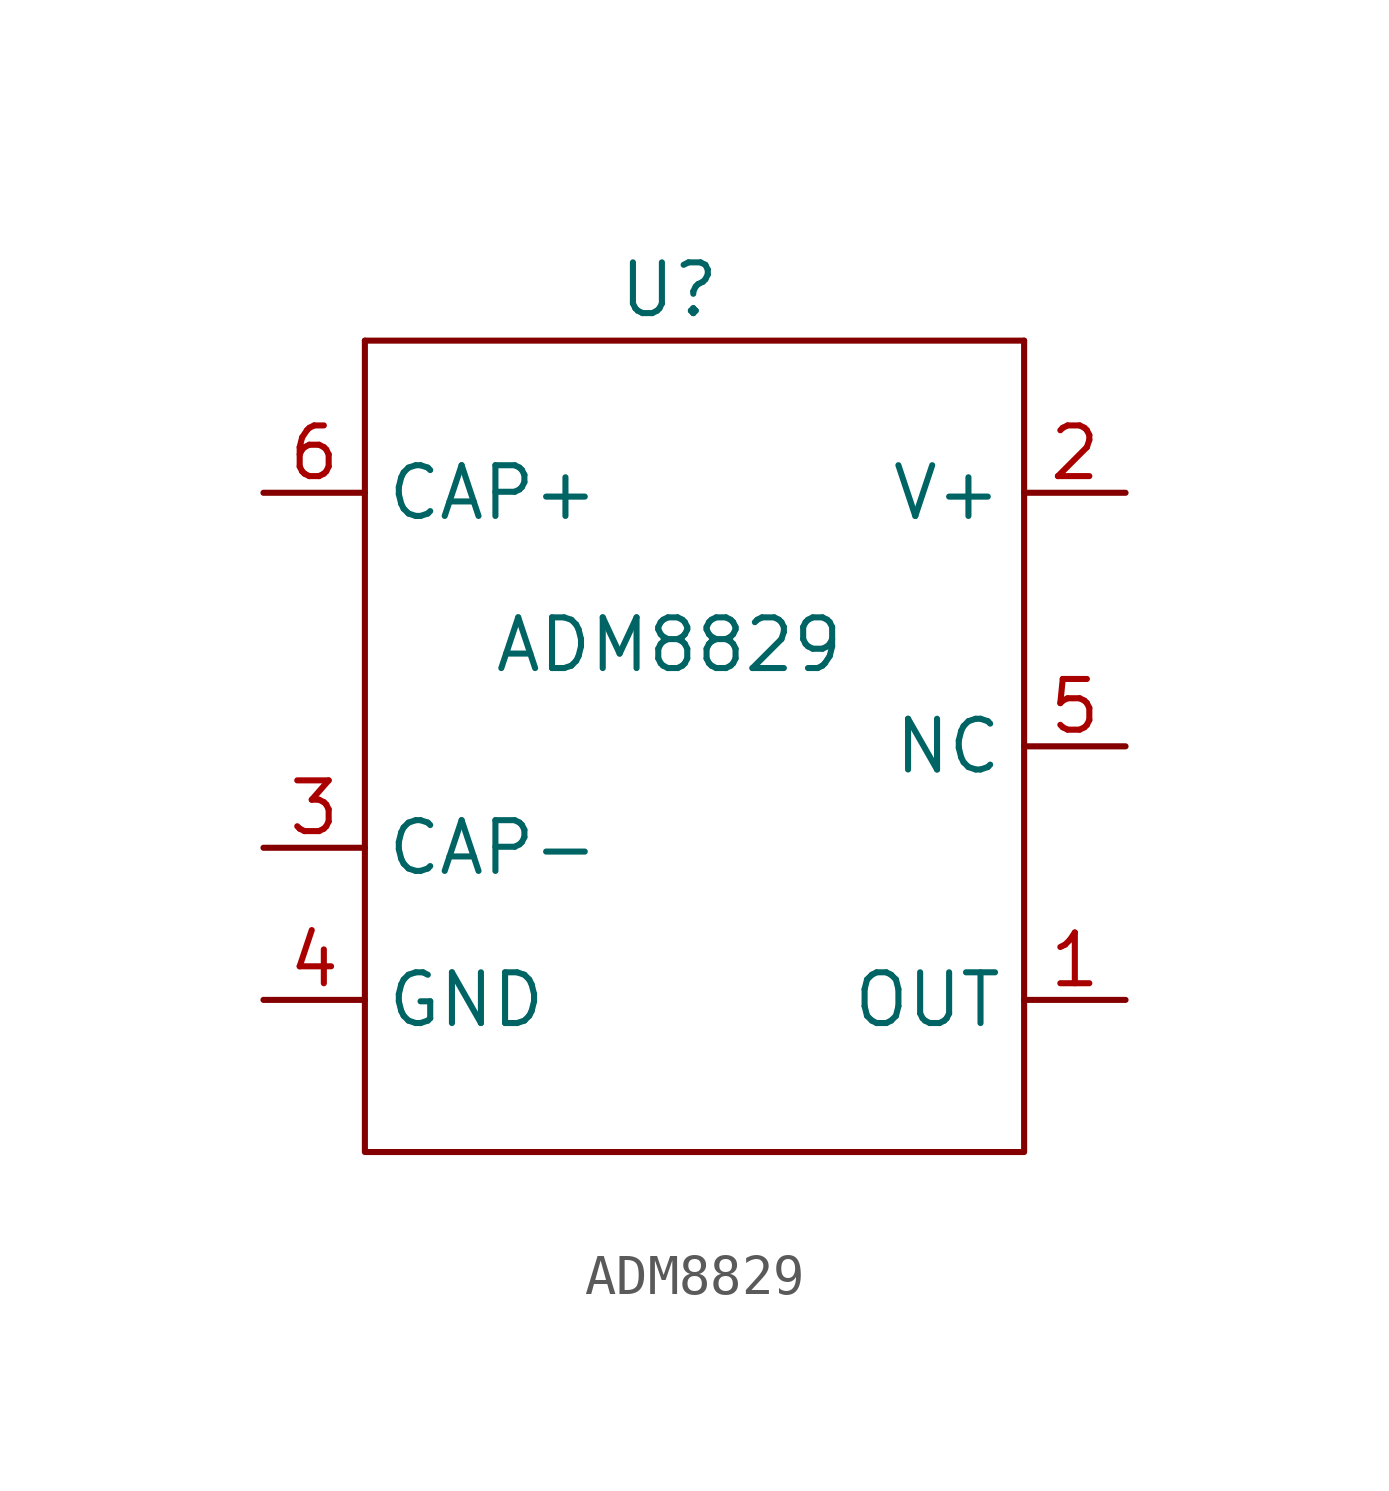
<source format=kicad_sym>
(kicad_symbol_lib
  (version 20211014)
  (generator kicad_symbol_editor)
  (symbol "ADM8829"
    (property "Reference" "U"
      (at 10.16 21.59 0)
      (effects (font (size 1.27 1.27))))
    (property "Value" "ADM8829"
      (at 10.16 12.7 0)
      (effects (font (size 1.27 1.27))))
    (symbol "ADM8829_0_1"
      (polyline (pts (xy 19.05 20.32) (xy 2.54 20.32)) (stroke (width 0) (type default) (color 0 0 0 0)) (fill (type none)))
      (polyline (pts (xy 2.54 20.32) (xy 2.54 0) (xy 19.05 0) (xy 19.05 20.32)) (stroke (width 0) (type default) (color 0 0 0 0)) (fill (type none))))
    (symbol "ADM8829_1_1"
      (pin output line (at 21.59 3.81 180) (length 2.54) (name "OUT" (effects (font (size 1.27 1.27)))) (number "1" (effects (font (size 1.27 1.27)))))
      (pin input line (at 21.59 16.51 180) (length 2.54) (name "V+" (effects (font (size 1.27 1.27)))) (number "2" (effects (font (size 1.27 1.27)))))
      (pin input line (at 0 7.62 0) (length 2.54) (name "CAP-" (effects (font (size 1.27 1.27)))) (number "3" (effects (font (size 1.27 1.27)))))
      (pin passive line (at 0 3.81 0) (length 2.54) (name "GND" (effects (font (size 1.27 1.27)))) (number "4" (effects (font (size 1.27 1.27)))))
      (pin free line (at 21.59 10.16 180) (length 2.54) (name "NC" (effects (font (size 1.27 1.27)))) (number "5" (effects (font (size 1.27 1.27)))))
      (pin input line (at 0 16.51 0) (length 2.54) (name "CAP+" (effects (font (size 1.27 1.27)))) (number "6" (effects (font (size 1.27 1.27))))))))
</source>
